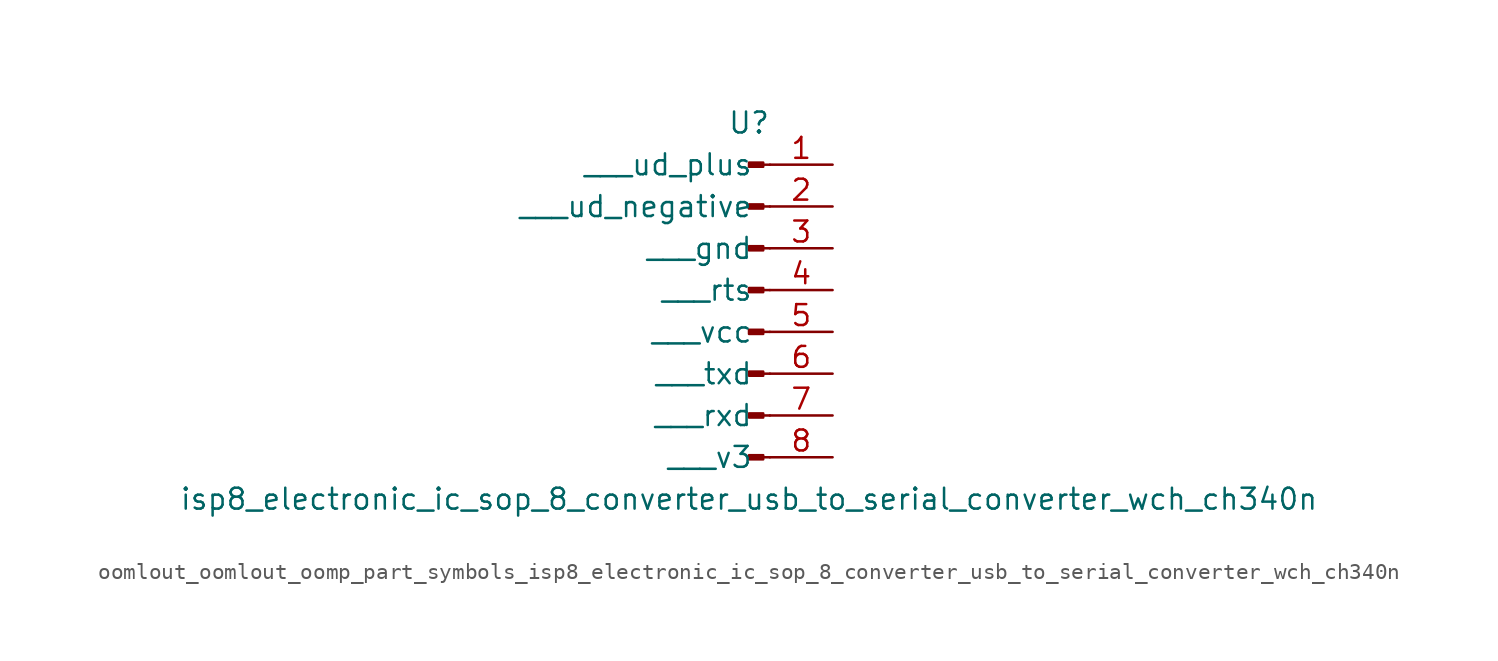
<source format=kicad_sym>
(kicad_symbol_lib
  (version 20220914)
  (generator kicad_symbol_editor)
  (symbol "oomlout_oomlout_oomp_part_symbols_isp8_electronic_ic_sop_8_converter_usb_to_serial_converter_wch_ch340n"
    (pin_names
      (offset 1.016))
    (property "Reference" "U"
      (at 0 10.16 0)
      (effects (font (size 1.27 1.27))))
    (property "Value" "isp8_electronic_ic_sop_8_converter_usb_to_serial_converter_wch_ch340n"
      (at 0 -12.7 0)
      (effects (font (size 1.27 1.27))))
    (property "ki_locked" ""
      (at 0 0 0)
      (effects (font (size 1.27 1.27))))
    (symbol "oomlout_oomlout_oomp_part_symbols_isp8_electronic_ic_sop_8_converter_usb_to_serial_converter_wch_ch340n_1_1"
      (polyline (pts (xy 1.27 -10.16) (xy 0.864 -10.16)) (stroke (width 0.152) (type default)) (fill (type none)))
      (polyline (pts (xy 1.27 -7.62) (xy 0.864 -7.62)) (stroke (width 0.152) (type default)) (fill (type none)))
      (polyline (pts (xy 1.27 -5.08) (xy 0.864 -5.08)) (stroke (width 0.152) (type default)) (fill (type none)))
      (polyline (pts (xy 1.27 -2.54) (xy 0.864 -2.54)) (stroke (width 0.152) (type default)) (fill (type none)))
      (polyline (pts (xy 1.27 0) (xy 0.864 0)) (stroke (width 0.152) (type default)) (fill (type none)))
      (polyline (pts (xy 1.27 2.54) (xy 0.864 2.54)) (stroke (width 0.152) (type default)) (fill (type none)))
      (polyline (pts (xy 1.27 5.08) (xy 0.864 5.08)) (stroke (width 0.152) (type default)) (fill (type none)))
      (polyline (pts (xy 1.27 7.62) (xy 0.864 7.62)) (stroke (width 0.152) (type default)) (fill (type none)))
      (rectangle (start 0.864 -10.033) (end 0 -10.287) (stroke (width 0.152) (type default)) (fill (type outline)))
      (rectangle (start 0.864 -7.493) (end 0 -7.747) (stroke (width 0.152) (type default)) (fill (type outline)))
      (rectangle (start 0.864 -4.953) (end 0 -5.207) (stroke (width 0.152) (type default)) (fill (type outline)))
      (rectangle (start 0.864 -2.413) (end 0 -2.667) (stroke (width 0.152) (type default)) (fill (type outline)))
      (rectangle (start 0.864 0.127) (end 0 -0.127) (stroke (width 0.152) (type default)) (fill (type outline)))
      (rectangle (start 0.864 2.667) (end 0 2.413) (stroke (width 0.152) (type default)) (fill (type outline)))
      (rectangle (start 0.864 5.207) (end 0 4.953) (stroke (width 0.152) (type default)) (fill (type outline)))
      (rectangle (start 0.864 7.747) (end 0 7.493) (stroke (width 0.152) (type default)) (fill (type outline)))
      (pin passive line (at 5.08 7.62 180) (length 3.81) (name "   ud_plus" (effects (font (size 1.27 1.27)))) (number "1" (effects (font (size 1.27 1.27)))))
      (pin passive line (at 5.08 5.08 180) (length 3.81) (name "   ud_negative" (effects (font (size 1.27 1.27)))) (number "2" (effects (font (size 1.27 1.27)))))
      (pin passive line (at 5.08 2.54 180) (length 3.81) (name "   gnd" (effects (font (size 1.27 1.27)))) (number "3" (effects (font (size 1.27 1.27)))))
      (pin passive line (at 5.08 0 180) (length 3.81) (name "   rts" (effects (font (size 1.27 1.27)))) (number "4" (effects (font (size 1.27 1.27)))))
      (pin passive line (at 5.08 -2.54 180) (length 3.81) (name "   vcc" (effects (font (size 1.27 1.27)))) (number "5" (effects (font (size 1.27 1.27)))))
      (pin passive line (at 5.08 -5.08 180) (length 3.81) (name "   txd" (effects (font (size 1.27 1.27)))) (number "6" (effects (font (size 1.27 1.27)))))
      (pin passive line (at 5.08 -7.62 180) (length 3.81) (name "   rxd" (effects (font (size 1.27 1.27)))) (number "7" (effects (font (size 1.27 1.27)))))
      (pin passive line (at 5.08 -10.16 180) (length 3.81) (name "   v3" (effects (font (size 1.27 1.27)))) (number "8" (effects (font (size 1.27 1.27))))))))
</source>
